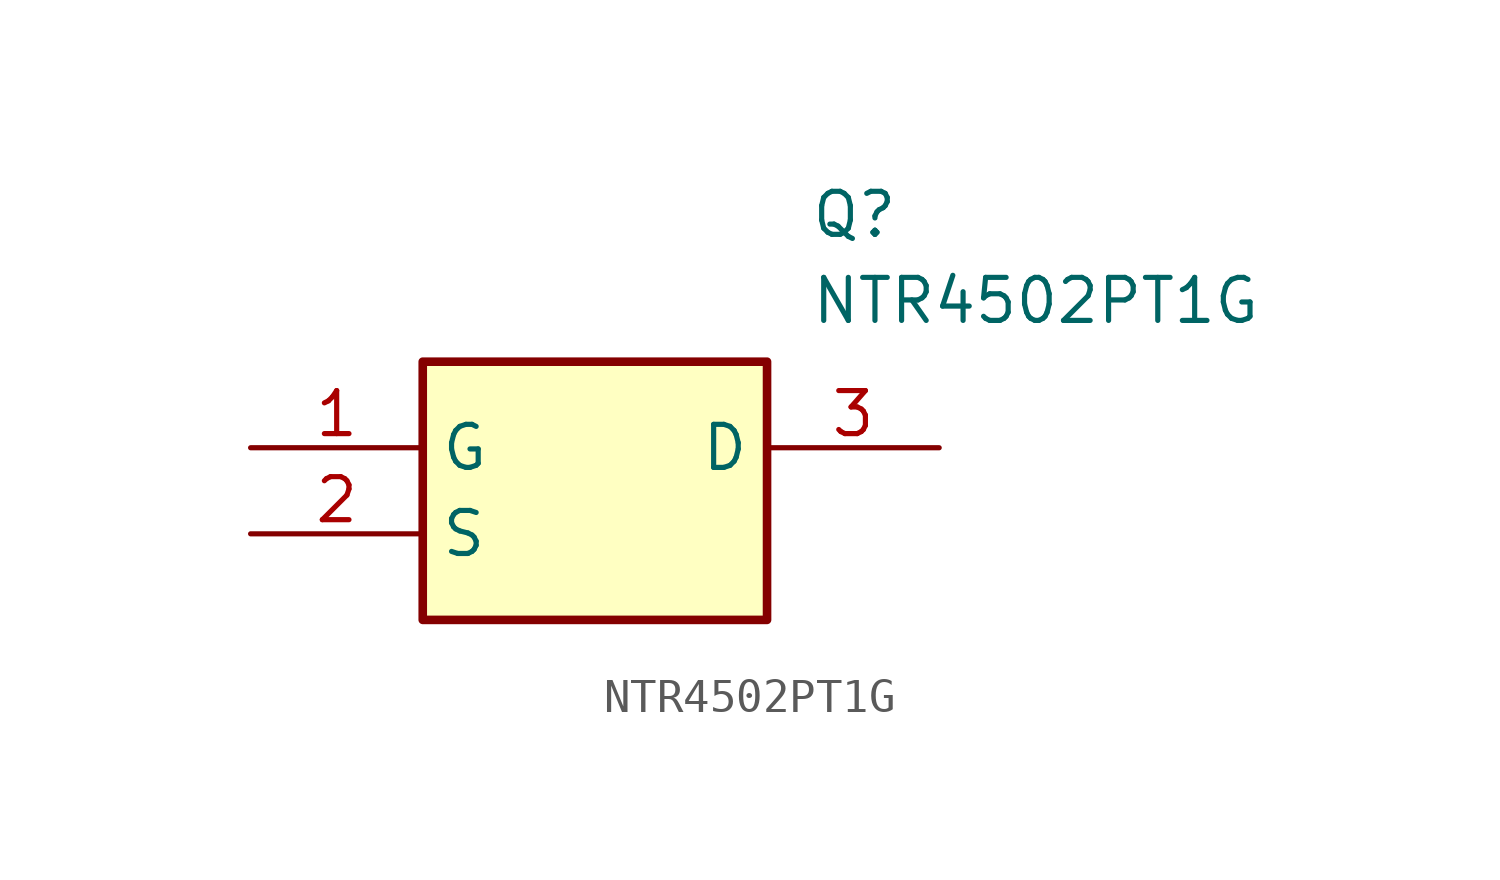
<source format=kicad_sym>
(kicad_symbol_lib
  (version 20211014)
  (generator SamacSys_ECAD_Model)
  (symbol "NTR4502PT1G"
    (property "Reference" "Q"
      (at 16.51 7.62 0)
      (effects (font (size 1.27 1.27)) (justify left top)))
    (property "Value" "NTR4502PT1G"
      (at 16.51 5.08 0)
      (effects (font (size 1.27 1.27)) (justify left top)))
    (rectangle
      (start 5.08 2.54)
      (end 15.24 -5.08)
      (stroke (width 0.254) (type default))
      (fill (type background)))
    (pin passive line
      (at 0 0 0)
      (length 5.08)
      (name "G" (effects (font (size 1.27 1.27))))
      (number "1" (effects (font (size 1.27 1.27)))))
    (pin passive line
      (at 0 -2.54 0)
      (length 5.08)
      (name "S" (effects (font (size 1.27 1.27))))
      (number "2" (effects (font (size 1.27 1.27)))))
    (pin passive line
      (at 20.32 0 180)
      (length 5.08)
      (name "D" (effects (font (size 1.27 1.27))))
      (number "3" (effects (font (size 1.27 1.27)))))))
</source>
